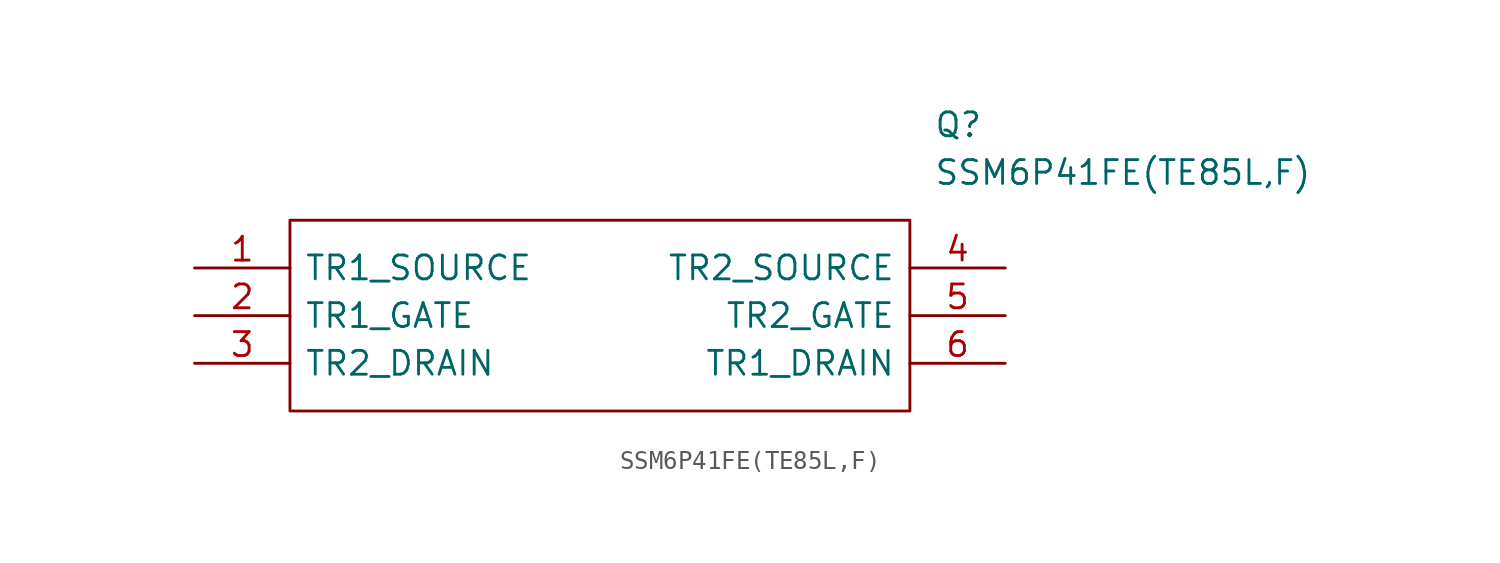
<source format=kicad_sym>
(kicad_symbol_lib
  (version 20220914)
  (generator kicad_symbol_editor)
  (symbol "SSM6P41FE(TE85L,F)"
    (pin_names
      (offset 0.762))
    (property "Reference" "Q"
      (at 39.37 7.62 0)
      (effects (font (size 1.27 1.27)) (justify left)))
    (property "Value" "SSM6P41FE(TE85L,F)"
      (at 39.37 5.08 0)
      (effects (font (size 1.27 1.27)) (justify left)))
    (symbol "SSM6P41FE(TE85L,F)_0_0"
      (pin passive line (at 0 0 0) (length 5.08) (name "TR1_SOURCE" (effects (font (size 1.27 1.27)))) (number "1" (effects (font (size 1.27 1.27)))))
      (pin passive line (at 0 -2.54 0) (length 5.08) (name "TR1_GATE" (effects (font (size 1.27 1.27)))) (number "2" (effects (font (size 1.27 1.27)))))
      (pin passive line (at 0 -5.08 0) (length 5.08) (name "TR2_DRAIN" (effects (font (size 1.27 1.27)))) (number "3" (effects (font (size 1.27 1.27)))))
      (pin passive line (at 43.18 0 180) (length 5.08) (name "TR2_SOURCE" (effects (font (size 1.27 1.27)))) (number "4" (effects (font (size 1.27 1.27)))))
      (pin passive line (at 43.18 -2.54 180) (length 5.08) (name "TR2_GATE" (effects (font (size 1.27 1.27)))) (number "5" (effects (font (size 1.27 1.27)))))
      (pin passive line (at 43.18 -5.08 180) (length 5.08) (name "TR1_DRAIN" (effects (font (size 1.27 1.27)))) (number "6" (effects (font (size 1.27 1.27))))))
    (symbol "SSM6P41FE(TE85L,F)_0_1"
      (polyline (pts (xy 5.08 2.54) (xy 38.1 2.54) (xy 38.1 -7.62) (xy 5.08 -7.62) (xy 5.08 2.54)) (stroke (width 0.152) (type solid)) (fill (type none))))))
</source>
